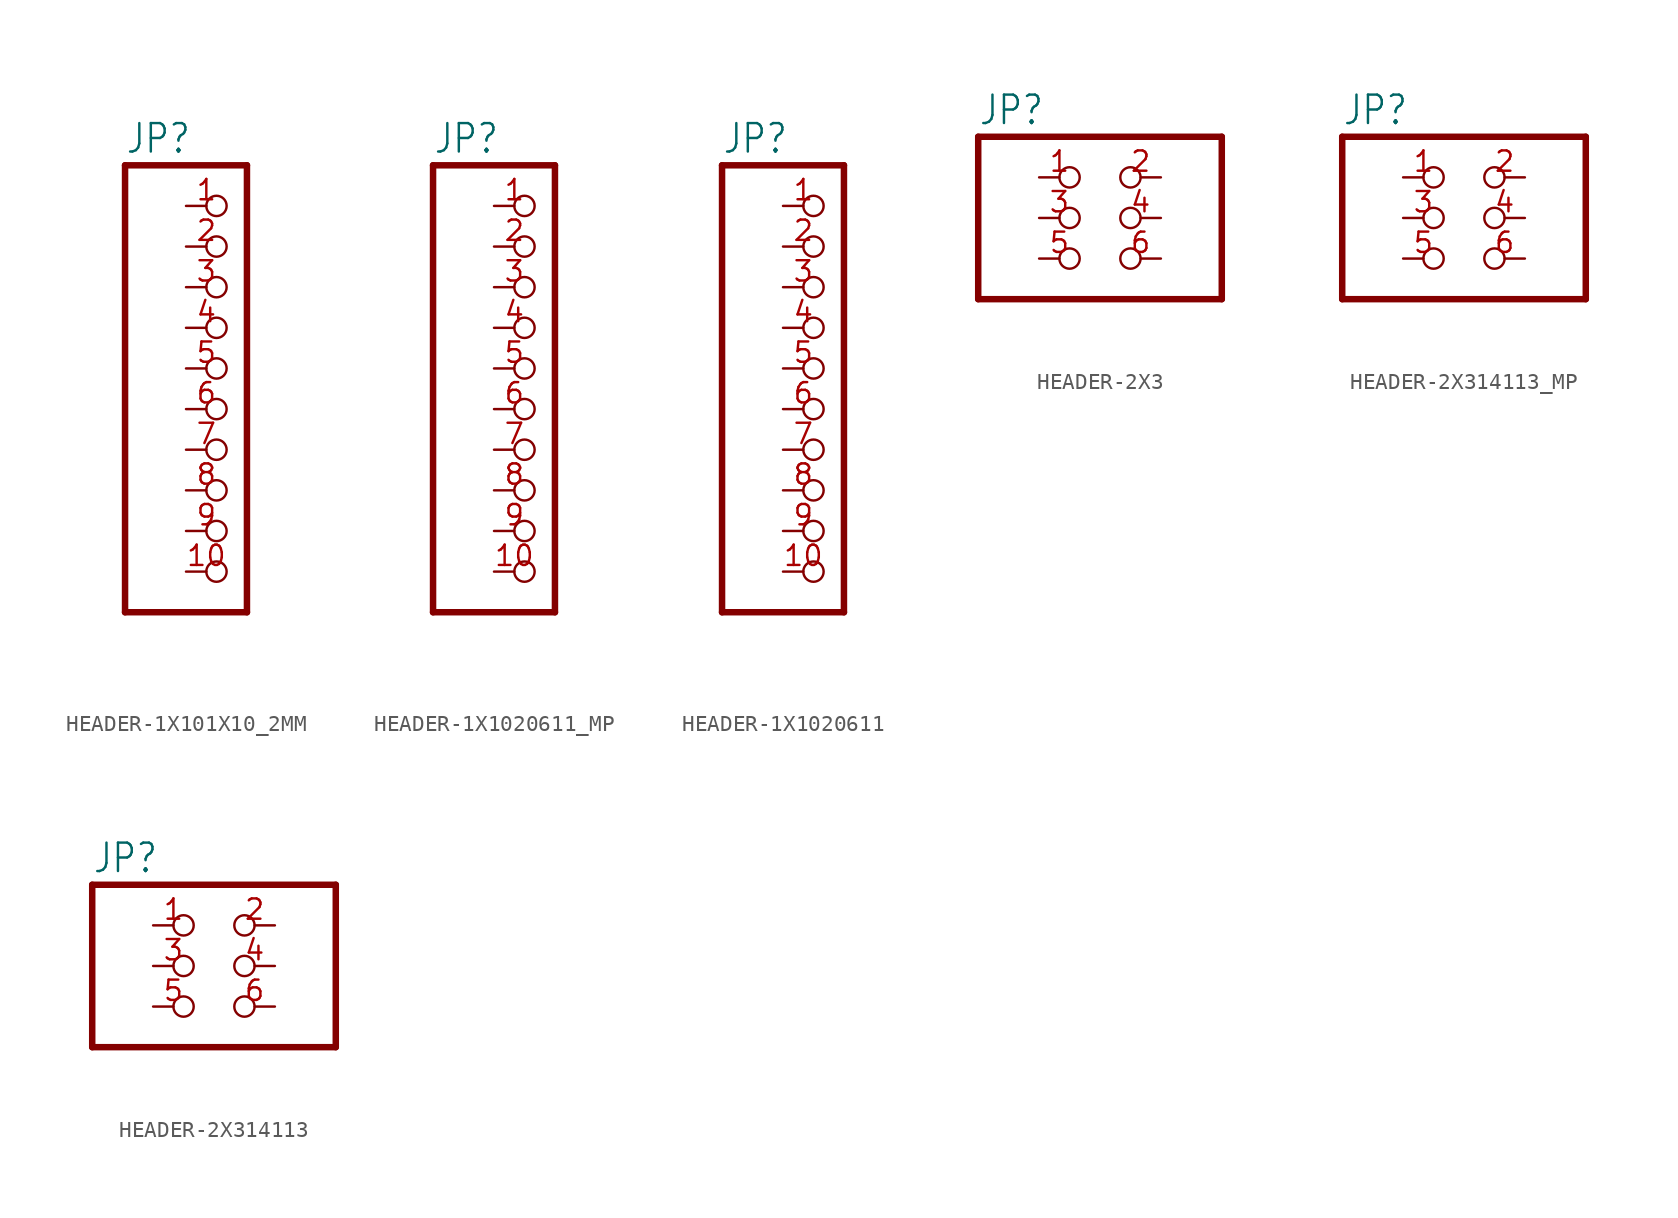
<source format=kicad_sym>
(kicad_symbol_lib
  (version 20220914)
  (generator kicad_symbol_editor)
  (symbol "HEADER-1X101X10_2MM"
    (property "Reference" "JP"
      (at -6.35 13.335 0)
      (effects (font (size 1.778 1.511)) (justify left bottom)))
    (property "Value" ""
      (at -6.35 -17.78 0)
      (effects (font (size 1.778 1.511)) (justify left bottom)))
    (property "ki_locked" ""
      (at 0 0 0)
      (effects (font (size 1.27 1.27))))
    (symbol "HEADER-1X101X10_2MM_1_0"
      (polyline (pts (xy -6.35 -15.24) (xy 1.27 -15.24)) (stroke (width 0.406) (type solid)) (fill (type none)))
      (polyline (pts (xy -6.35 12.7) (xy -6.35 -15.24)) (stroke (width 0.406) (type solid)) (fill (type none)))
      (polyline (pts (xy 1.27 -15.24) (xy 1.27 12.7)) (stroke (width 0.406) (type solid)) (fill (type none)))
      (polyline (pts (xy 1.27 12.7) (xy -6.35 12.7)) (stroke (width 0.406) (type solid)) (fill (type none)))
      (pin passive inverted (at -2.54 10.16 0) (length 2.54) (name "1" (effects (font (size 0 0)))) (number "1" (effects (font (size 1.27 1.27)))))
      (pin passive inverted (at -2.54 -12.7 0) (length 2.54) (name "10" (effects (font (size 0 0)))) (number "10" (effects (font (size 1.27 1.27)))))
      (pin passive inverted (at -2.54 7.62 0) (length 2.54) (name "2" (effects (font (size 0 0)))) (number "2" (effects (font (size 1.27 1.27)))))
      (pin passive inverted (at -2.54 5.08 0) (length 2.54) (name "3" (effects (font (size 0 0)))) (number "3" (effects (font (size 1.27 1.27)))))
      (pin passive inverted (at -2.54 2.54 0) (length 2.54) (name "4" (effects (font (size 0 0)))) (number "4" (effects (font (size 1.27 1.27)))))
      (pin passive inverted (at -2.54 0 0) (length 2.54) (name "5" (effects (font (size 0 0)))) (number "5" (effects (font (size 1.27 1.27)))))
      (pin passive inverted (at -2.54 -2.54 0) (length 2.54) (name "6" (effects (font (size 0 0)))) (number "6" (effects (font (size 1.27 1.27)))))
      (pin passive inverted (at -2.54 -5.08 0) (length 2.54) (name "7" (effects (font (size 0 0)))) (number "7" (effects (font (size 1.27 1.27)))))
      (pin passive inverted (at -2.54 -7.62 0) (length 2.54) (name "8" (effects (font (size 0 0)))) (number "8" (effects (font (size 1.27 1.27)))))
      (pin passive inverted (at -2.54 -10.16 0) (length 2.54) (name "9" (effects (font (size 0 0)))) (number "9" (effects (font (size 1.27 1.27)))))))
  (symbol "HEADER-1X1020611_MP"
    (property "Reference" "JP"
      (at -6.35 13.335 0)
      (effects (font (size 1.778 1.511)) (justify left bottom)))
    (property "Value" ""
      (at -6.35 -17.78 0)
      (effects (font (size 1.778 1.511)) (justify left bottom)))
    (property "ki_locked" ""
      (at 0 0 0)
      (effects (font (size 1.27 1.27))))
    (symbol "HEADER-1X1020611_MP_1_0"
      (polyline (pts (xy -6.35 -15.24) (xy 1.27 -15.24)) (stroke (width 0.406) (type solid)) (fill (type none)))
      (polyline (pts (xy -6.35 12.7) (xy -6.35 -15.24)) (stroke (width 0.406) (type solid)) (fill (type none)))
      (polyline (pts (xy 1.27 -15.24) (xy 1.27 12.7)) (stroke (width 0.406) (type solid)) (fill (type none)))
      (polyline (pts (xy 1.27 12.7) (xy -6.35 12.7)) (stroke (width 0.406) (type solid)) (fill (type none)))
      (pin passive inverted (at -2.54 10.16 0) (length 2.54) (name "1" (effects (font (size 0 0)))) (number "1" (effects (font (size 1.27 1.27)))))
      (pin passive inverted (at -2.54 -12.7 0) (length 2.54) (name "10" (effects (font (size 0 0)))) (number "10" (effects (font (size 1.27 1.27)))))
      (pin passive inverted (at -2.54 7.62 0) (length 2.54) (name "2" (effects (font (size 0 0)))) (number "2" (effects (font (size 1.27 1.27)))))
      (pin passive inverted (at -2.54 5.08 0) (length 2.54) (name "3" (effects (font (size 0 0)))) (number "3" (effects (font (size 1.27 1.27)))))
      (pin passive inverted (at -2.54 2.54 0) (length 2.54) (name "4" (effects (font (size 0 0)))) (number "4" (effects (font (size 1.27 1.27)))))
      (pin passive inverted (at -2.54 0 0) (length 2.54) (name "5" (effects (font (size 0 0)))) (number "5" (effects (font (size 1.27 1.27)))))
      (pin passive inverted (at -2.54 -2.54 0) (length 2.54) (name "6" (effects (font (size 0 0)))) (number "6" (effects (font (size 1.27 1.27)))))
      (pin passive inverted (at -2.54 -5.08 0) (length 2.54) (name "7" (effects (font (size 0 0)))) (number "7" (effects (font (size 1.27 1.27)))))
      (pin passive inverted (at -2.54 -7.62 0) (length 2.54) (name "8" (effects (font (size 0 0)))) (number "8" (effects (font (size 1.27 1.27)))))
      (pin passive inverted (at -2.54 -10.16 0) (length 2.54) (name "9" (effects (font (size 0 0)))) (number "9" (effects (font (size 1.27 1.27)))))))
  (symbol "HEADER-1X1020611"
    (property "Reference" "JP"
      (at -6.35 13.335 0)
      (effects (font (size 1.778 1.511)) (justify left bottom)))
    (property "Value" ""
      (at -6.35 -17.78 0)
      (effects (font (size 1.778 1.511)) (justify left bottom)))
    (property "ki_locked" ""
      (at 0 0 0)
      (effects (font (size 1.27 1.27))))
    (symbol "HEADER-1X1020611_1_0"
      (polyline (pts (xy -6.35 -15.24) (xy 1.27 -15.24)) (stroke (width 0.406) (type solid)) (fill (type none)))
      (polyline (pts (xy -6.35 12.7) (xy -6.35 -15.24)) (stroke (width 0.406) (type solid)) (fill (type none)))
      (polyline (pts (xy 1.27 -15.24) (xy 1.27 12.7)) (stroke (width 0.406) (type solid)) (fill (type none)))
      (polyline (pts (xy 1.27 12.7) (xy -6.35 12.7)) (stroke (width 0.406) (type solid)) (fill (type none)))
      (pin passive inverted (at -2.54 10.16 0) (length 2.54) (name "1" (effects (font (size 0 0)))) (number "1" (effects (font (size 1.27 1.27)))))
      (pin passive inverted (at -2.54 -12.7 0) (length 2.54) (name "10" (effects (font (size 0 0)))) (number "10" (effects (font (size 1.27 1.27)))))
      (pin passive inverted (at -2.54 7.62 0) (length 2.54) (name "2" (effects (font (size 0 0)))) (number "2" (effects (font (size 1.27 1.27)))))
      (pin passive inverted (at -2.54 5.08 0) (length 2.54) (name "3" (effects (font (size 0 0)))) (number "3" (effects (font (size 1.27 1.27)))))
      (pin passive inverted (at -2.54 2.54 0) (length 2.54) (name "4" (effects (font (size 0 0)))) (number "4" (effects (font (size 1.27 1.27)))))
      (pin passive inverted (at -2.54 0 0) (length 2.54) (name "5" (effects (font (size 0 0)))) (number "5" (effects (font (size 1.27 1.27)))))
      (pin passive inverted (at -2.54 -2.54 0) (length 2.54) (name "6" (effects (font (size 0 0)))) (number "6" (effects (font (size 1.27 1.27)))))
      (pin passive inverted (at -2.54 -5.08 0) (length 2.54) (name "7" (effects (font (size 0 0)))) (number "7" (effects (font (size 1.27 1.27)))))
      (pin passive inverted (at -2.54 -7.62 0) (length 2.54) (name "8" (effects (font (size 0 0)))) (number "8" (effects (font (size 1.27 1.27)))))
      (pin passive inverted (at -2.54 -10.16 0) (length 2.54) (name "9" (effects (font (size 0 0)))) (number "9" (effects (font (size 1.27 1.27)))))))
  (symbol "HEADER-2X3"
    (property "Reference" "JP"
      (at -8.89 5.715 0)
      (effects (font (size 1.778 1.511)) (justify left bottom)))
    (property "Value" ""
      (at -8.89 -7.62 0)
      (effects (font (size 1.778 1.511)) (justify left bottom)))
    (property "ki_locked" ""
      (at 0 0 0)
      (effects (font (size 1.27 1.27))))
    (symbol "HEADER-2X3_1_0"
      (polyline (pts (xy -8.89 -5.08) (xy 6.35 -5.08)) (stroke (width 0.406) (type solid)) (fill (type none)))
      (polyline (pts (xy -8.89 5.08) (xy -8.89 -5.08)) (stroke (width 0.406) (type solid)) (fill (type none)))
      (polyline (pts (xy 6.35 -5.08) (xy 6.35 5.08)) (stroke (width 0.406) (type solid)) (fill (type none)))
      (polyline (pts (xy 6.35 5.08) (xy -8.89 5.08)) (stroke (width 0.406) (type solid)) (fill (type none)))
      (pin passive inverted (at -5.08 2.54 0) (length 2.54) (name "1" (effects (font (size 0 0)))) (number "1" (effects (font (size 1.27 1.27)))))
      (pin passive inverted (at 2.54 2.54 180) (length 2.54) (name "2" (effects (font (size 0 0)))) (number "2" (effects (font (size 1.27 1.27)))))
      (pin passive inverted (at -5.08 0 0) (length 2.54) (name "3" (effects (font (size 0 0)))) (number "3" (effects (font (size 1.27 1.27)))))
      (pin passive inverted (at 2.54 0 180) (length 2.54) (name "4" (effects (font (size 0 0)))) (number "4" (effects (font (size 1.27 1.27)))))
      (pin passive inverted (at -5.08 -2.54 0) (length 2.54) (name "5" (effects (font (size 0 0)))) (number "5" (effects (font (size 1.27 1.27)))))
      (pin passive inverted (at 2.54 -2.54 180) (length 2.54) (name "6" (effects (font (size 0 0)))) (number "6" (effects (font (size 1.27 1.27)))))))
  (symbol "HEADER-2X314113_MP"
    (property "Reference" "JP"
      (at -8.89 5.715 0)
      (effects (font (size 1.778 1.511)) (justify left bottom)))
    (property "Value" ""
      (at -8.89 -7.62 0)
      (effects (font (size 1.778 1.511)) (justify left bottom)))
    (property "ki_locked" ""
      (at 0 0 0)
      (effects (font (size 1.27 1.27))))
    (symbol "HEADER-2X314113_MP_1_0"
      (polyline (pts (xy -8.89 -5.08) (xy 6.35 -5.08)) (stroke (width 0.406) (type solid)) (fill (type none)))
      (polyline (pts (xy -8.89 5.08) (xy -8.89 -5.08)) (stroke (width 0.406) (type solid)) (fill (type none)))
      (polyline (pts (xy 6.35 -5.08) (xy 6.35 5.08)) (stroke (width 0.406) (type solid)) (fill (type none)))
      (polyline (pts (xy 6.35 5.08) (xy -8.89 5.08)) (stroke (width 0.406) (type solid)) (fill (type none)))
      (pin passive inverted (at -5.08 2.54 0) (length 2.54) (name "1" (effects (font (size 0 0)))) (number "1" (effects (font (size 1.27 1.27)))))
      (pin passive inverted (at 2.54 2.54 180) (length 2.54) (name "2" (effects (font (size 0 0)))) (number "2" (effects (font (size 1.27 1.27)))))
      (pin passive inverted (at -5.08 0 0) (length 2.54) (name "3" (effects (font (size 0 0)))) (number "3" (effects (font (size 1.27 1.27)))))
      (pin passive inverted (at 2.54 0 180) (length 2.54) (name "4" (effects (font (size 0 0)))) (number "4" (effects (font (size 1.27 1.27)))))
      (pin passive inverted (at -5.08 -2.54 0) (length 2.54) (name "5" (effects (font (size 0 0)))) (number "5" (effects (font (size 1.27 1.27)))))
      (pin passive inverted (at 2.54 -2.54 180) (length 2.54) (name "6" (effects (font (size 0 0)))) (number "6" (effects (font (size 1.27 1.27)))))))
  (symbol "HEADER-2X314113"
    (property "Reference" "JP"
      (at -8.89 5.715 0)
      (effects (font (size 1.778 1.511)) (justify left bottom)))
    (property "Value" ""
      (at -8.89 -7.62 0)
      (effects (font (size 1.778 1.511)) (justify left bottom)))
    (property "ki_locked" ""
      (at 0 0 0)
      (effects (font (size 1.27 1.27))))
    (symbol "HEADER-2X314113_1_0"
      (polyline (pts (xy -8.89 -5.08) (xy 6.35 -5.08)) (stroke (width 0.406) (type solid)) (fill (type none)))
      (polyline (pts (xy -8.89 5.08) (xy -8.89 -5.08)) (stroke (width 0.406) (type solid)) (fill (type none)))
      (polyline (pts (xy 6.35 -5.08) (xy 6.35 5.08)) (stroke (width 0.406) (type solid)) (fill (type none)))
      (polyline (pts (xy 6.35 5.08) (xy -8.89 5.08)) (stroke (width 0.406) (type solid)) (fill (type none)))
      (pin passive inverted (at -5.08 2.54 0) (length 2.54) (name "1" (effects (font (size 0 0)))) (number "1" (effects (font (size 1.27 1.27)))))
      (pin passive inverted (at 2.54 2.54 180) (length 2.54) (name "2" (effects (font (size 0 0)))) (number "2" (effects (font (size 1.27 1.27)))))
      (pin passive inverted (at -5.08 0 0) (length 2.54) (name "3" (effects (font (size 0 0)))) (number "3" (effects (font (size 1.27 1.27)))))
      (pin passive inverted (at 2.54 0 180) (length 2.54) (name "4" (effects (font (size 0 0)))) (number "4" (effects (font (size 1.27 1.27)))))
      (pin passive inverted (at -5.08 -2.54 0) (length 2.54) (name "5" (effects (font (size 0 0)))) (number "5" (effects (font (size 1.27 1.27)))))
      (pin passive inverted (at 2.54 -2.54 180) (length 2.54) (name "6" (effects (font (size 0 0)))) (number "6" (effects (font (size 1.27 1.27))))))))
</source>
